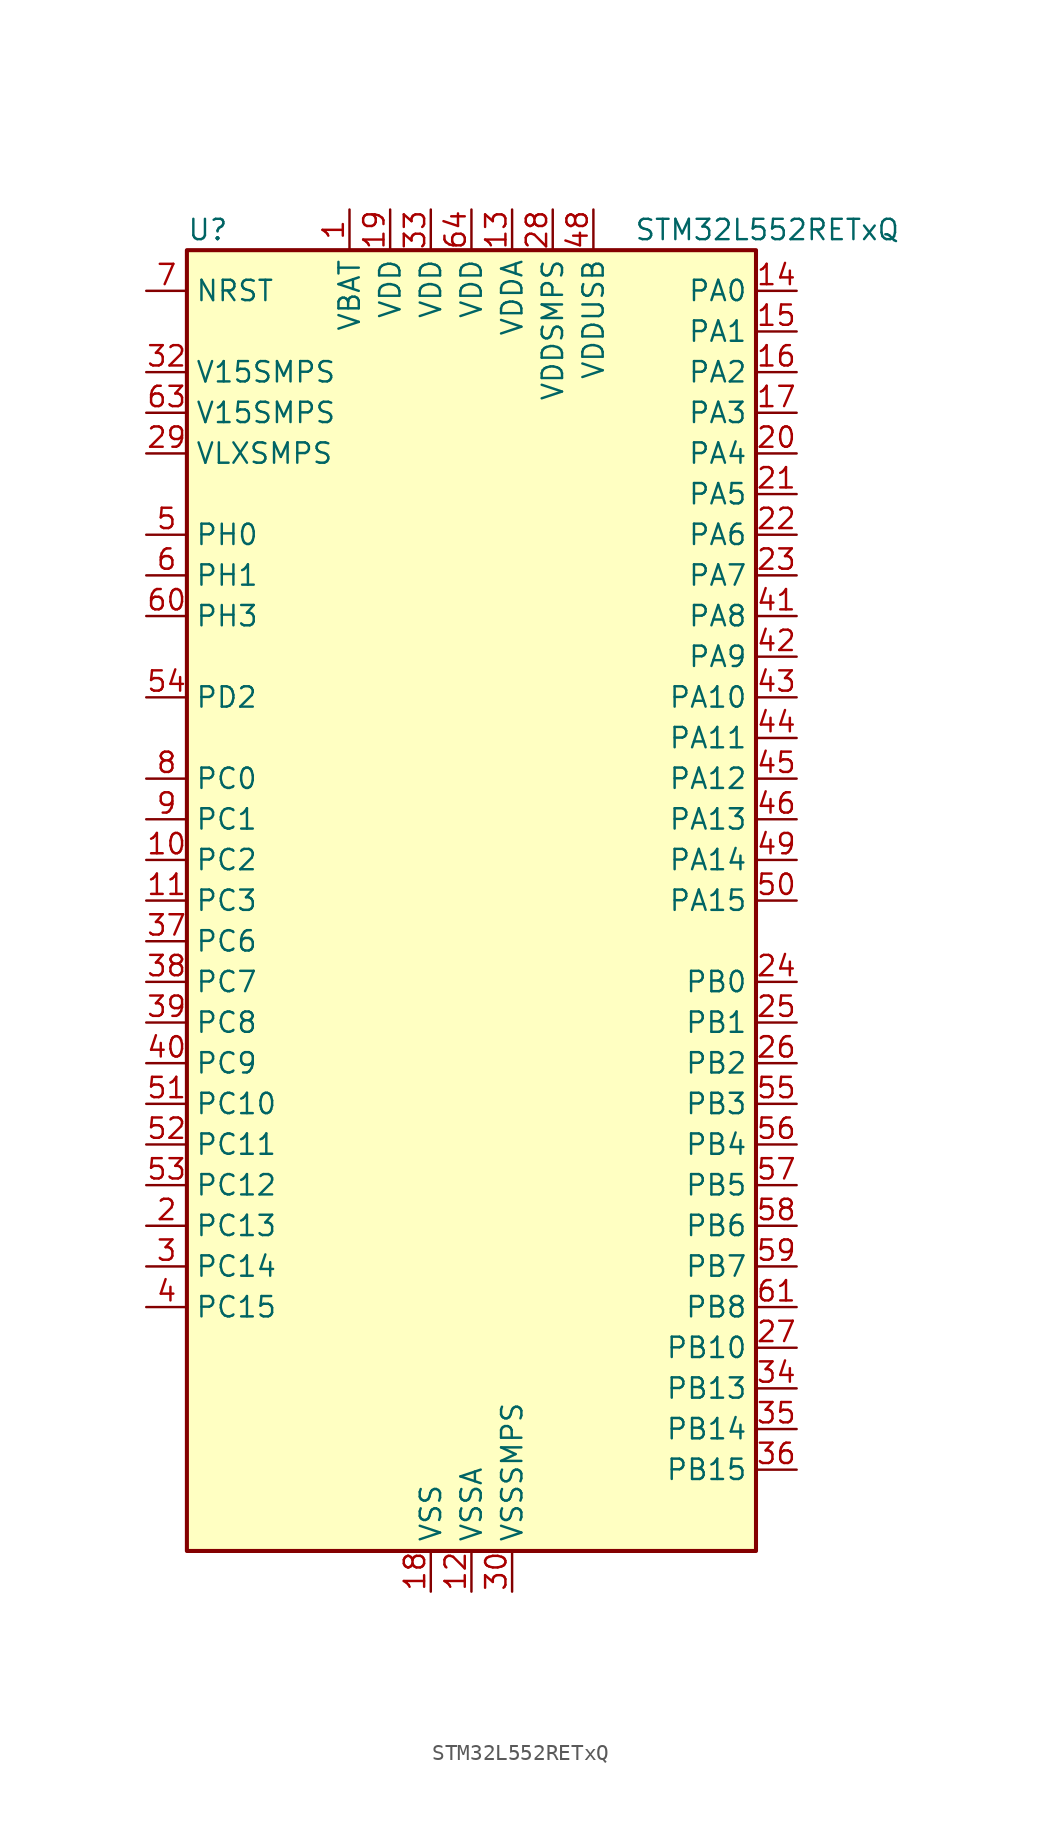
<source format=kicad_sym>
(kicad_symbol_lib
  (version 20231120)
  (generator "kicad-library-utils")
  (generator_version "8.0")
  (symbol "STM32L552RETxQ"
    (property "Reference" "U"
      (at -17.78 41.91 0)
      (effects (font (size 1.27 1.27)) (justify left)))
    (property "Value" "STM32L552RETxQ"
      (at 10.16 41.91 0)
      (effects (font (size 1.27 1.27)) (justify left)))
    (property "ki_locked" ""
      (at 0 0 0)
      (effects (font (size 1.27 1.27))))
    (symbol "STM32L552RETxQ_0_1"
      (rectangle (start -17.78 -40.64) (end 17.78 40.64) (stroke (width 0.254) (type default)) (fill (type background))))
    (symbol "STM32L552RETxQ_1_1"
      (pin power_in line (at -7.62 43.18 270) (length 2.54) (name "VBAT" (effects (font (size 1.27 1.27)))) (number "1" (effects (font (size 1.27 1.27)))))
      (pin bidirectional line (at -20.32 2.54 0) (length 2.54) (name "PC2" (effects (font (size 1.27 1.27)))) (number "10" (effects (font (size 1.27 1.27)))) (alternate "ADC1_IN3" bidirectional line) (alternate "ADC2_IN3" bidirectional line) (alternate "DFSDM1_CKOUT" bidirectional line) (alternate "LPTIM1_IN2" bidirectional line) (alternate "OCTOSPI1_IO5" bidirectional line) (alternate "SPI2_MISO" bidirectional line))
      (pin bidirectional line (at -20.32 0 0) (length 2.54) (name "PC3" (effects (font (size 1.27 1.27)))) (number "11" (effects (font (size 1.27 1.27)))) (alternate "ADC1_IN4" bidirectional line) (alternate "ADC2_IN4" bidirectional line) (alternate "LPTIM1_ETR" bidirectional line) (alternate "LPTIM2_ETR" bidirectional line) (alternate "LPTIM3_OUT" bidirectional line) (alternate "OCTOSPI1_IO6" bidirectional line) (alternate "SAI1_D1" bidirectional line) (alternate "SAI1_SD_A" bidirectional line) (alternate "SPI2_MOSI" bidirectional line))
      (pin power_in line (at 0 -43.18 90) (length 2.54) (name "VSSA" (effects (font (size 1.27 1.27)))) (number "12" (effects (font (size 1.27 1.27)))))
      (pin power_in line (at 2.54 43.18 270) (length 2.54) (name "VDDA" (effects (font (size 1.27 1.27)))) (number "13" (effects (font (size 1.27 1.27)))))
      (pin bidirectional line (at 20.32 38.1 180) (length 2.54) (name "PA0" (effects (font (size 1.27 1.27)))) (number "14" (effects (font (size 1.27 1.27)))) (alternate "ADC1_IN5" bidirectional line) (alternate "ADC2_IN5" bidirectional line) (alternate "OPAMP1_VINP" bidirectional line) (alternate "PWR_WKUP1" bidirectional line) (alternate "SAI1_EXTCLK" bidirectional line) (alternate "TAMP_IN2" bidirectional line) (alternate "TAMP_OUT1" bidirectional line) (alternate "TIM2_CH1" bidirectional line) (alternate "TIM2_ETR" bidirectional line) (alternate "TIM5_CH1" bidirectional line) (alternate "TIM8_ETR" bidirectional line) (alternate "UART4_TX" bidirectional line) (alternate "USART2_CTS" bidirectional line) (alternate "USART2_NSS" bidirectional line))
      (pin bidirectional line (at 20.32 35.56 180) (length 2.54) (name "PA1" (effects (font (size 1.27 1.27)))) (number "15" (effects (font (size 1.27 1.27)))) (alternate "ADC1_IN6" bidirectional line) (alternate "ADC2_IN6" bidirectional line) (alternate "I2C1_SMBA" bidirectional line) (alternate "OCTOSPI1_DQS" bidirectional line) (alternate "OPAMP1_VINM" bidirectional line) (alternate "SPI1_SCK" bidirectional line) (alternate "TAMP_IN5" bidirectional line) (alternate "TAMP_OUT4" bidirectional line) (alternate "TIM15_CH1N" bidirectional line) (alternate "TIM2_CH2" bidirectional line) (alternate "TIM5_CH2" bidirectional line) (alternate "UART4_RX" bidirectional line) (alternate "USART2_DE" bidirectional line) (alternate "USART2_RTS" bidirectional line))
      (pin bidirectional line (at 20.32 33.02 180) (length 2.54) (name "PA2" (effects (font (size 1.27 1.27)))) (number "16" (effects (font (size 1.27 1.27)))) (alternate "ADC1_IN7" bidirectional line) (alternate "ADC2_IN7" bidirectional line) (alternate "COMP1_INP" bidirectional line) (alternate "LPUART1_TX" bidirectional line) (alternate "OCTOSPI1_NCS" bidirectional line) (alternate "PWR_WKUP4" bidirectional line) (alternate "RCC_LSCO" bidirectional line) (alternate "SAI2_EXTCLK" bidirectional line) (alternate "TIM15_CH1" bidirectional line) (alternate "TIM2_CH3" bidirectional line) (alternate "TIM5_CH3" bidirectional line) (alternate "UCPD1_FRSTX1" bidirectional line) (alternate "USART2_TX" bidirectional line))
      (pin bidirectional line (at 20.32 30.48 180) (length 2.54) (name "PA3" (effects (font (size 1.27 1.27)))) (number "17" (effects (font (size 1.27 1.27)))) (alternate "ADC1_IN8" bidirectional line) (alternate "ADC2_IN8" bidirectional line) (alternate "LPUART1_RX" bidirectional line) (alternate "OCTOSPI1_CLK" bidirectional line) (alternate "OPAMP1_VOUT" bidirectional line) (alternate "SAI1_CK1" bidirectional line) (alternate "SAI1_MCLK_A" bidirectional line) (alternate "TIM15_CH2" bidirectional line) (alternate "TIM2_CH4" bidirectional line) (alternate "TIM5_CH4" bidirectional line) (alternate "USART2_RX" bidirectional line))
      (pin power_in line (at -2.54 -43.18 90) (length 2.54) (name "VSS" (effects (font (size 1.27 1.27)))) (number "18" (effects (font (size 1.27 1.27)))))
      (pin power_in line (at -5.08 43.18 270) (length 2.54) (name "VDD" (effects (font (size 1.27 1.27)))) (number "19" (effects (font (size 1.27 1.27)))))
      (pin bidirectional line (at -20.32 -20.32 0) (length 2.54) (name "PC13" (effects (font (size 1.27 1.27)))) (number "2" (effects (font (size 1.27 1.27)))) (alternate "PWR_WKUP2" bidirectional line) (alternate "RTC_OUT1" bidirectional line) (alternate "RTC_TS" bidirectional line) (alternate "TAMP_IN1" bidirectional line) (alternate "TAMP_OUT2" bidirectional line))
      (pin bidirectional line (at 20.32 27.94 180) (length 2.54) (name "PA4" (effects (font (size 1.27 1.27)))) (number "20" (effects (font (size 1.27 1.27)))) (alternate "ADC1_IN9" bidirectional line) (alternate "ADC2_IN9" bidirectional line) (alternate "DAC1_OUT1" bidirectional line) (alternate "LPTIM2_OUT" bidirectional line) (alternate "OCTOSPI1_NCS" bidirectional line) (alternate "SAI1_FS_B" bidirectional line) (alternate "SPI1_NSS" bidirectional line) (alternate "SPI3_NSS" bidirectional line) (alternate "USART2_CK" bidirectional line))
      (pin bidirectional line (at 20.32 25.4 180) (length 2.54) (name "PA5" (effects (font (size 1.27 1.27)))) (number "21" (effects (font (size 1.27 1.27)))) (alternate "ADC1_IN10" bidirectional line) (alternate "ADC2_IN10" bidirectional line) (alternate "DAC1_OUT2" bidirectional line) (alternate "LPTIM2_ETR" bidirectional line) (alternate "SPI1_SCK" bidirectional line) (alternate "TIM2_CH1" bidirectional line) (alternate "TIM2_ETR" bidirectional line) (alternate "TIM8_CH1N" bidirectional line))
      (pin bidirectional line (at 20.32 22.86 180) (length 2.54) (name "PA6" (effects (font (size 1.27 1.27)))) (number "22" (effects (font (size 1.27 1.27)))) (alternate "ADC1_IN11" bidirectional line) (alternate "ADC2_IN11" bidirectional line) (alternate "LPUART1_CTS" bidirectional line) (alternate "OCTOSPI1_IO3" bidirectional line) (alternate "OPAMP2_VINP" bidirectional line) (alternate "SPI1_MISO" bidirectional line) (alternate "TIM16_CH1" bidirectional line) (alternate "TIM1_BKIN" bidirectional line) (alternate "TIM3_CH1" bidirectional line) (alternate "TIM8_BKIN" bidirectional line) (alternate "USART3_CTS" bidirectional line) (alternate "USART3_NSS" bidirectional line))
      (pin bidirectional line (at 20.32 20.32 180) (length 2.54) (name "PA7" (effects (font (size 1.27 1.27)))) (number "23" (effects (font (size 1.27 1.27)))) (alternate "ADC1_IN12" bidirectional line) (alternate "ADC2_IN12" bidirectional line) (alternate "I2C3_SCL" bidirectional line) (alternate "OCTOSPI1_IO2" bidirectional line) (alternate "OPAMP2_VINM" bidirectional line) (alternate "SPI1_MOSI" bidirectional line) (alternate "TIM17_CH1" bidirectional line) (alternate "TIM1_CH1N" bidirectional line) (alternate "TIM3_CH2" bidirectional line) (alternate "TIM8_CH1N" bidirectional line))
      (pin bidirectional line (at 20.32 -5.08 180) (length 2.54) (name "PB0" (effects (font (size 1.27 1.27)))) (number "24" (effects (font (size 1.27 1.27)))) (alternate "ADC1_IN15" bidirectional line) (alternate "ADC2_IN15" bidirectional line) (alternate "COMP1_OUT" bidirectional line) (alternate "OCTOSPI1_IO1" bidirectional line) (alternate "OPAMP2_VOUT" bidirectional line) (alternate "SAI1_EXTCLK" bidirectional line) (alternate "SPI1_NSS" bidirectional line) (alternate "TIM1_CH2N" bidirectional line) (alternate "TIM3_CH3" bidirectional line) (alternate "TIM8_CH2N" bidirectional line) (alternate "USART3_CK" bidirectional line))
      (pin bidirectional line (at 20.32 -7.62 180) (length 2.54) (name "PB1" (effects (font (size 1.27 1.27)))) (number "25" (effects (font (size 1.27 1.27)))) (alternate "ADC1_IN16" bidirectional line) (alternate "ADC2_IN16" bidirectional line) (alternate "COMP1_INM" bidirectional line) (alternate "DFSDM1_DATIN0" bidirectional line) (alternate "LPTIM2_IN1" bidirectional line) (alternate "LPUART1_DE" bidirectional line) (alternate "LPUART1_RTS" bidirectional line) (alternate "OCTOSPI1_IO0" bidirectional line) (alternate "TIM1_CH3N" bidirectional line) (alternate "TIM3_CH4" bidirectional line) (alternate "TIM8_CH3N" bidirectional line) (alternate "USART3_DE" bidirectional line) (alternate "USART3_RTS" bidirectional line))
      (pin bidirectional line (at 20.32 -10.16 180) (length 2.54) (name "PB2" (effects (font (size 1.27 1.27)))) (number "26" (effects (font (size 1.27 1.27)))) (alternate "COMP1_INP" bidirectional line) (alternate "DFSDM1_CKIN0" bidirectional line) (alternate "I2C3_SMBA" bidirectional line) (alternate "LPTIM1_OUT" bidirectional line) (alternate "OCTOSPI1_DQS" bidirectional line) (alternate "RTC_OUT2" bidirectional line) (alternate "UCPD1_FRSTX1" bidirectional line))
      (pin bidirectional line (at 20.32 -27.94 180) (length 2.54) (name "PB10" (effects (font (size 1.27 1.27)))) (number "27" (effects (font (size 1.27 1.27)))) (alternate "COMP1_OUT" bidirectional line) (alternate "I2C2_SCL" bidirectional line) (alternate "I2C4_SCL" bidirectional line) (alternate "LPTIM3_OUT" bidirectional line) (alternate "LPUART1_RX" bidirectional line) (alternate "OCTOSPI1_CLK" bidirectional line) (alternate "SAI1_SCK_A" bidirectional line) (alternate "SPI2_SCK" bidirectional line) (alternate "TIM2_CH3" bidirectional line) (alternate "TSC_SYNC" bidirectional line) (alternate "USART3_TX" bidirectional line))
      (pin power_in line (at 5.08 43.18 270) (length 2.54) (name "VDDSMPS" (effects (font (size 1.27 1.27)))) (number "28" (effects (font (size 1.27 1.27)))))
      (pin power_in line (at -20.32 27.94 0) (length 2.54) (name "VLXSMPS" (effects (font (size 1.27 1.27)))) (number "29" (effects (font (size 1.27 1.27)))))
      (pin bidirectional line (at -20.32 -22.86 0) (length 2.54) (name "PC14" (effects (font (size 1.27 1.27)))) (number "3" (effects (font (size 1.27 1.27)))) (alternate "RCC_OSC32_IN" bidirectional line))
      (pin power_in line (at 2.54 -43.18 90) (length 2.54) (name "VSSSMPS" (effects (font (size 1.27 1.27)))) (number "30" (effects (font (size 1.27 1.27)))))
      (pin passive line (at -2.54 -43.18 90) (length 2.54) hide (name "VSS" (effects (font (size 1.27 1.27)))) (number "31" (effects (font (size 1.27 1.27)))))
      (pin power_in line (at -20.32 33.02 0) (length 2.54) (name "V15SMPS" (effects (font (size 1.27 1.27)))) (number "32" (effects (font (size 1.27 1.27)))))
      (pin power_in line (at -2.54 43.18 270) (length 2.54) (name "VDD" (effects (font (size 1.27 1.27)))) (number "33" (effects (font (size 1.27 1.27)))))
      (pin bidirectional line (at 20.32 -30.48 180) (length 2.54) (name "PB13" (effects (font (size 1.27 1.27)))) (number "34" (effects (font (size 1.27 1.27)))) (alternate "DFSDM1_CKIN1" bidirectional line) (alternate "I2C2_SCL" bidirectional line) (alternate "LPTIM3_IN1" bidirectional line) (alternate "LPUART1_CTS" bidirectional line) (alternate "SAI2_SCK_A" bidirectional line) (alternate "SPI2_SCK" bidirectional line) (alternate "TIM15_CH1N" bidirectional line) (alternate "TIM1_CH1N" bidirectional line) (alternate "TSC_G1_IO2" bidirectional line) (alternate "UCPD1_FRSTX2" bidirectional line) (alternate "USART3_CTS" bidirectional line) (alternate "USART3_NSS" bidirectional line))
      (pin bidirectional line (at 20.32 -33.02 180) (length 2.54) (name "PB14" (effects (font (size 1.27 1.27)))) (number "35" (effects (font (size 1.27 1.27)))) (alternate "DFSDM1_DATIN2" bidirectional line) (alternate "I2C2_SDA" bidirectional line) (alternate "LPTIM3_ETR" bidirectional line) (alternate "SAI2_MCLK_A" bidirectional line) (alternate "SPI2_MISO" bidirectional line) (alternate "TIM15_CH1" bidirectional line) (alternate "TIM1_CH2N" bidirectional line) (alternate "TIM8_CH2N" bidirectional line) (alternate "TSC_G1_IO3" bidirectional line) (alternate "UCPD1_DBCC2" bidirectional line) (alternate "USART3_DE" bidirectional line) (alternate "USART3_RTS" bidirectional line))
      (pin bidirectional line (at 20.32 -35.56 180) (length 2.54) (name "PB15" (effects (font (size 1.27 1.27)))) (number "36" (effects (font (size 1.27 1.27)))) (alternate "ADC1_EXTI15" bidirectional line) (alternate "ADC2_EXTI15" bidirectional line) (alternate "DFSDM1_CKIN2" bidirectional line) (alternate "RTC_REFIN" bidirectional line) (alternate "SAI2_SD_A" bidirectional line) (alternate "SPI2_MOSI" bidirectional line) (alternate "TIM15_CH2" bidirectional line) (alternate "TIM1_CH3N" bidirectional line) (alternate "TIM8_CH3N" bidirectional line) (alternate "UCPD1_CC2" bidirectional line))
      (pin bidirectional line (at -20.32 -2.54 0) (length 2.54) (name "PC6" (effects (font (size 1.27 1.27)))) (number "37" (effects (font (size 1.27 1.27)))) (alternate "DFSDM1_CKIN3" bidirectional line) (alternate "SAI2_MCLK_A" bidirectional line) (alternate "SDMMC1_D0DIR" bidirectional line) (alternate "SDMMC1_D6" bidirectional line) (alternate "TIM3_CH1" bidirectional line) (alternate "TIM8_CH1" bidirectional line) (alternate "TSC_G4_IO1" bidirectional line))
      (pin bidirectional line (at -20.32 -5.08 0) (length 2.54) (name "PC7" (effects (font (size 1.27 1.27)))) (number "38" (effects (font (size 1.27 1.27)))) (alternate "DFSDM1_DATIN3" bidirectional line) (alternate "SAI2_MCLK_B" bidirectional line) (alternate "SDMMC1_D123DIR" bidirectional line) (alternate "SDMMC1_D7" bidirectional line) (alternate "TIM3_CH2" bidirectional line) (alternate "TIM8_CH2" bidirectional line) (alternate "TSC_G4_IO2" bidirectional line))
      (pin bidirectional line (at -20.32 -7.62 0) (length 2.54) (name "PC8" (effects (font (size 1.27 1.27)))) (number "39" (effects (font (size 1.27 1.27)))) (alternate "SDMMC1_D0" bidirectional line) (alternate "TIM3_CH3" bidirectional line) (alternate "TIM8_CH3" bidirectional line) (alternate "TSC_G4_IO3" bidirectional line))
      (pin bidirectional line (at -20.32 -25.4 0) (length 2.54) (name "PC15" (effects (font (size 1.27 1.27)))) (number "4" (effects (font (size 1.27 1.27)))) (alternate "ADC1_EXTI15" bidirectional line) (alternate "ADC2_EXTI15" bidirectional line) (alternate "RCC_OSC32_OUT" bidirectional line))
      (pin bidirectional line (at -20.32 -10.16 0) (length 2.54) (name "PC9" (effects (font (size 1.27 1.27)))) (number "40" (effects (font (size 1.27 1.27)))) (alternate "DAC1_EXTI9" bidirectional line) (alternate "DEBUG_TRACED0" bidirectional line) (alternate "SAI2_EXTCLK" bidirectional line) (alternate "SDMMC1_D1" bidirectional line) (alternate "TIM3_CH4" bidirectional line) (alternate "TIM8_BKIN2" bidirectional line) (alternate "TIM8_CH4" bidirectional line) (alternate "TSC_G4_IO4" bidirectional line) (alternate "USB_NOE" bidirectional line))
      (pin bidirectional line (at 20.32 17.78 180) (length 2.54) (name "PA8" (effects (font (size 1.27 1.27)))) (number "41" (effects (font (size 1.27 1.27)))) (alternate "LPTIM2_OUT" bidirectional line) (alternate "RCC_MCO" bidirectional line) (alternate "SAI1_CK2" bidirectional line) (alternate "SAI1_SCK_A" bidirectional line) (alternate "TIM1_CH1" bidirectional line) (alternate "USART1_CK" bidirectional line))
      (pin bidirectional line (at 20.32 15.24 180) (length 2.54) (name "PA9" (effects (font (size 1.27 1.27)))) (number "42" (effects (font (size 1.27 1.27)))) (alternate "DAC1_EXTI9" bidirectional line) (alternate "SAI1_FS_A" bidirectional line) (alternate "SPI2_SCK" bidirectional line) (alternate "TIM15_BKIN" bidirectional line) (alternate "TIM1_CH2" bidirectional line) (alternate "USART1_TX" bidirectional line))
      (pin bidirectional line (at 20.32 12.7 180) (length 2.54) (name "PA10" (effects (font (size 1.27 1.27)))) (number "43" (effects (font (size 1.27 1.27)))) (alternate "CRS_SYNC" bidirectional line) (alternate "SAI1_D1" bidirectional line) (alternate "SAI1_SD_A" bidirectional line) (alternate "TIM17_BKIN" bidirectional line) (alternate "TIM1_CH3" bidirectional line) (alternate "USART1_RX" bidirectional line))
      (pin bidirectional line (at 20.32 10.16 180) (length 2.54) (name "PA11" (effects (font (size 1.27 1.27)))) (number "44" (effects (font (size 1.27 1.27)))) (alternate "ADC1_EXTI11" bidirectional line) (alternate "ADC2_EXTI11" bidirectional line) (alternate "FDCAN1_RX" bidirectional line) (alternate "SPI1_MISO" bidirectional line) (alternate "TIM1_BKIN2" bidirectional line) (alternate "TIM1_CH4" bidirectional line) (alternate "USART1_CTS" bidirectional line) (alternate "USART1_NSS" bidirectional line) (alternate "USB_DM" bidirectional line))
      (pin bidirectional line (at 20.32 7.62 180) (length 2.54) (name "PA12" (effects (font (size 1.27 1.27)))) (number "45" (effects (font (size 1.27 1.27)))) (alternate "FDCAN1_TX" bidirectional line) (alternate "SPI1_MOSI" bidirectional line) (alternate "TIM1_ETR" bidirectional line) (alternate "USART1_DE" bidirectional line) (alternate "USART1_RTS" bidirectional line) (alternate "USB_DP" bidirectional line))
      (pin bidirectional line (at 20.32 5.08 180) (length 2.54) (name "PA13" (effects (font (size 1.27 1.27)))) (number "46" (effects (font (size 1.27 1.27)))) (alternate "DEBUG_JTMS-SWDIO" bidirectional line) (alternate "IR_OUT" bidirectional line) (alternate "SAI1_SD_B" bidirectional line) (alternate "USB_NOE" bidirectional line))
      (pin passive line (at -2.54 -43.18 90) (length 2.54) hide (name "VSS" (effects (font (size 1.27 1.27)))) (number "47" (effects (font (size 1.27 1.27)))))
      (pin power_in line (at 7.62 43.18 270) (length 2.54) (name "VDDUSB" (effects (font (size 1.27 1.27)))) (number "48" (effects (font (size 1.27 1.27)))))
      (pin bidirectional line (at 20.32 2.54 180) (length 2.54) (name "PA14" (effects (font (size 1.27 1.27)))) (number "49" (effects (font (size 1.27 1.27)))) (alternate "DEBUG_JTCK-SWCLK" bidirectional line) (alternate "I2C1_SMBA" bidirectional line) (alternate "I2C4_SMBA" bidirectional line) (alternate "LPTIM1_OUT" bidirectional line) (alternate "SAI1_FS_B" bidirectional line))
      (pin bidirectional line (at -20.32 22.86 0) (length 2.54) (name "PH0" (effects (font (size 1.27 1.27)))) (number "5" (effects (font (size 1.27 1.27)))) (alternate "RCC_OSC_IN" bidirectional line))
      (pin bidirectional line (at 20.32 0 180) (length 2.54) (name "PA15" (effects (font (size 1.27 1.27)))) (number "50" (effects (font (size 1.27 1.27)))) (alternate "ADC1_EXTI15" bidirectional line) (alternate "ADC2_EXTI15" bidirectional line) (alternate "DEBUG_JTDI" bidirectional line) (alternate "SAI2_FS_B" bidirectional line) (alternate "SPI1_NSS" bidirectional line) (alternate "SPI3_NSS" bidirectional line) (alternate "TIM2_CH1" bidirectional line) (alternate "TIM2_ETR" bidirectional line) (alternate "UART4_DE" bidirectional line) (alternate "UART4_RTS" bidirectional line) (alternate "UCPD1_CC1" bidirectional line) (alternate "USART2_RX" bidirectional line) (alternate "USART3_DE" bidirectional line) (alternate "USART3_RTS" bidirectional line))
      (pin bidirectional line (at -20.32 -12.7 0) (length 2.54) (name "PC10" (effects (font (size 1.27 1.27)))) (number "51" (effects (font (size 1.27 1.27)))) (alternate "DEBUG_TRACED1" bidirectional line) (alternate "LPTIM3_ETR" bidirectional line) (alternate "SAI2_SCK_B" bidirectional line) (alternate "SDMMC1_D2" bidirectional line) (alternate "SPI3_SCK" bidirectional line) (alternate "TSC_G3_IO2" bidirectional line) (alternate "UART4_TX" bidirectional line) (alternate "USART3_TX" bidirectional line))
      (pin bidirectional line (at -20.32 -15.24 0) (length 2.54) (name "PC11" (effects (font (size 1.27 1.27)))) (number "52" (effects (font (size 1.27 1.27)))) (alternate "ADC1_EXTI11" bidirectional line) (alternate "ADC2_EXTI11" bidirectional line) (alternate "LPTIM3_IN1" bidirectional line) (alternate "OCTOSPI1_NCS" bidirectional line) (alternate "SAI2_MCLK_B" bidirectional line) (alternate "SDMMC1_D3" bidirectional line) (alternate "SPI3_MISO" bidirectional line) (alternate "TSC_G3_IO3" bidirectional line) (alternate "UART4_RX" bidirectional line) (alternate "UCPD1_FRSTX2" bidirectional line) (alternate "USART3_RX" bidirectional line))
      (pin bidirectional line (at -20.32 -17.78 0) (length 2.54) (name "PC12" (effects (font (size 1.27 1.27)))) (number "53" (effects (font (size 1.27 1.27)))) (alternate "DEBUG_TRACED3" bidirectional line) (alternate "SAI2_SD_B" bidirectional line) (alternate "SDMMC1_CK" bidirectional line) (alternate "SPI3_MOSI" bidirectional line) (alternate "TSC_G3_IO4" bidirectional line) (alternate "UART5_TX" bidirectional line) (alternate "USART3_CK" bidirectional line))
      (pin bidirectional line (at -20.32 12.7 0) (length 2.54) (name "PD2" (effects (font (size 1.27 1.27)))) (number "54" (effects (font (size 1.27 1.27)))) (alternate "DEBUG_TRACED2" bidirectional line) (alternate "SDMMC1_CMD" bidirectional line) (alternate "TIM3_ETR" bidirectional line) (alternate "TSC_SYNC" bidirectional line) (alternate "UART5_RX" bidirectional line) (alternate "USART3_DE" bidirectional line) (alternate "USART3_RTS" bidirectional line))
      (pin bidirectional line (at 20.32 -12.7 180) (length 2.54) (name "PB3" (effects (font (size 1.27 1.27)))) (number "55" (effects (font (size 1.27 1.27)))) (alternate "COMP2_INM" bidirectional line) (alternate "CRS_SYNC" bidirectional line) (alternate "DEBUG_JTDO-SWO" bidirectional line) (alternate "SAI1_SCK_B" bidirectional line) (alternate "SPI1_SCK" bidirectional line) (alternate "SPI3_SCK" bidirectional line) (alternate "TIM2_CH2" bidirectional line) (alternate "USART1_DE" bidirectional line) (alternate "USART1_RTS" bidirectional line))
      (pin bidirectional line (at 20.32 -15.24 180) (length 2.54) (name "PB4" (effects (font (size 1.27 1.27)))) (number "56" (effects (font (size 1.27 1.27)))) (alternate "COMP2_INP" bidirectional line) (alternate "DEBUG_JTRST" bidirectional line) (alternate "I2C3_SDA" bidirectional line) (alternate "SAI1_MCLK_B" bidirectional line) (alternate "SPI1_MISO" bidirectional line) (alternate "SPI3_MISO" bidirectional line) (alternate "TIM17_BKIN" bidirectional line) (alternate "TIM3_CH1" bidirectional line) (alternate "TSC_G2_IO1" bidirectional line) (alternate "UART5_DE" bidirectional line) (alternate "UART5_RTS" bidirectional line) (alternate "USART1_CTS" bidirectional line) (alternate "USART1_NSS" bidirectional line))
      (pin bidirectional line (at 20.32 -17.78 180) (length 2.54) (name "PB5" (effects (font (size 1.27 1.27)))) (number "57" (effects (font (size 1.27 1.27)))) (alternate "COMP2_OUT" bidirectional line) (alternate "I2C1_SMBA" bidirectional line) (alternate "LPTIM1_IN1" bidirectional line) (alternate "OCTOSPI1_NCLK" bidirectional line) (alternate "SAI1_SD_B" bidirectional line) (alternate "SPI1_MOSI" bidirectional line) (alternate "SPI3_MOSI" bidirectional line) (alternate "TIM16_BKIN" bidirectional line) (alternate "TIM3_CH2" bidirectional line) (alternate "TSC_G2_IO2" bidirectional line) (alternate "UART5_CTS" bidirectional line) (alternate "UCPD1_DBCC1" bidirectional line) (alternate "USART1_CK" bidirectional line))
      (pin bidirectional line (at 20.32 -20.32 180) (length 2.54) (name "PB6" (effects (font (size 1.27 1.27)))) (number "58" (effects (font (size 1.27 1.27)))) (alternate "COMP2_INP" bidirectional line) (alternate "I2C1_SCL" bidirectional line) (alternate "I2C4_SCL" bidirectional line) (alternate "LPTIM1_ETR" bidirectional line) (alternate "SAI1_FS_B" bidirectional line) (alternate "TIM16_CH1N" bidirectional line) (alternate "TIM4_CH1" bidirectional line) (alternate "TIM8_BKIN2" bidirectional line) (alternate "TSC_G2_IO3" bidirectional line) (alternate "USART1_TX" bidirectional line))
      (pin bidirectional line (at 20.32 -22.86 180) (length 2.54) (name "PB7" (effects (font (size 1.27 1.27)))) (number "59" (effects (font (size 1.27 1.27)))) (alternate "COMP2_INM" bidirectional line) (alternate "I2C1_SDA" bidirectional line) (alternate "I2C4_SDA" bidirectional line) (alternate "LPTIM1_IN2" bidirectional line) (alternate "PWR_PVD_IN" bidirectional line) (alternate "TIM17_CH1N" bidirectional line) (alternate "TIM4_CH2" bidirectional line) (alternate "TIM8_BKIN" bidirectional line) (alternate "TSC_G2_IO4" bidirectional line) (alternate "UART4_CTS" bidirectional line) (alternate "USART1_RX" bidirectional line))
      (pin bidirectional line (at -20.32 20.32 0) (length 2.54) (name "PH1" (effects (font (size 1.27 1.27)))) (number "6" (effects (font (size 1.27 1.27)))) (alternate "RCC_OSC_OUT" bidirectional line))
      (pin bidirectional line (at -20.32 17.78 0) (length 2.54) (name "PH3" (effects (font (size 1.27 1.27)))) (number "60" (effects (font (size 1.27 1.27)))))
      (pin bidirectional line (at 20.32 -25.4 180) (length 2.54) (name "PB8" (effects (font (size 1.27 1.27)))) (number "61" (effects (font (size 1.27 1.27)))) (alternate "DFSDM1_CKOUT" bidirectional line) (alternate "FDCAN1_RX" bidirectional line) (alternate "I2C1_SCL" bidirectional line) (alternate "SAI1_CK1" bidirectional line) (alternate "SAI1_MCLK_A" bidirectional line) (alternate "SDMMC1_CKIN" bidirectional line) (alternate "SDMMC1_D4" bidirectional line) (alternate "TIM16_CH1" bidirectional line) (alternate "TIM4_CH3" bidirectional line))
      (pin passive line (at -2.54 -43.18 90) (length 2.54) hide (name "VSS" (effects (font (size 1.27 1.27)))) (number "62" (effects (font (size 1.27 1.27)))))
      (pin power_in line (at -20.32 30.48 0) (length 2.54) (name "V15SMPS" (effects (font (size 1.27 1.27)))) (number "63" (effects (font (size 1.27 1.27)))))
      (pin power_in line (at 0 43.18 270) (length 2.54) (name "VDD" (effects (font (size 1.27 1.27)))) (number "64" (effects (font (size 1.27 1.27)))))
      (pin input line (at -20.32 38.1 0) (length 2.54) (name "NRST" (effects (font (size 1.27 1.27)))) (number "7" (effects (font (size 1.27 1.27)))))
      (pin bidirectional line (at -20.32 7.62 0) (length 2.54) (name "PC0" (effects (font (size 1.27 1.27)))) (number "8" (effects (font (size 1.27 1.27)))) (alternate "ADC1_IN1" bidirectional line) (alternate "ADC2_IN1" bidirectional line) (alternate "I2C3_SCL" bidirectional line) (alternate "LPTIM1_IN1" bidirectional line) (alternate "LPTIM2_IN1" bidirectional line) (alternate "LPUART1_RX" bidirectional line) (alternate "OCTOSPI1_IO7" bidirectional line) (alternate "SAI2_FS_A" bidirectional line) (alternate "SDMMC1_D5" bidirectional line))
      (pin bidirectional line (at -20.32 5.08 0) (length 2.54) (name "PC1" (effects (font (size 1.27 1.27)))) (number "9" (effects (font (size 1.27 1.27)))) (alternate "ADC1_IN2" bidirectional line) (alternate "ADC2_IN2" bidirectional line) (alternate "DEBUG_TRACED0" bidirectional line) (alternate "I2C3_SDA" bidirectional line) (alternate "LPTIM1_OUT" bidirectional line) (alternate "LPUART1_TX" bidirectional line) (alternate "OCTOSPI1_IO4" bidirectional line) (alternate "SAI1_SD_A" bidirectional line) (alternate "SPI2_MOSI" bidirectional line)))))
</source>
